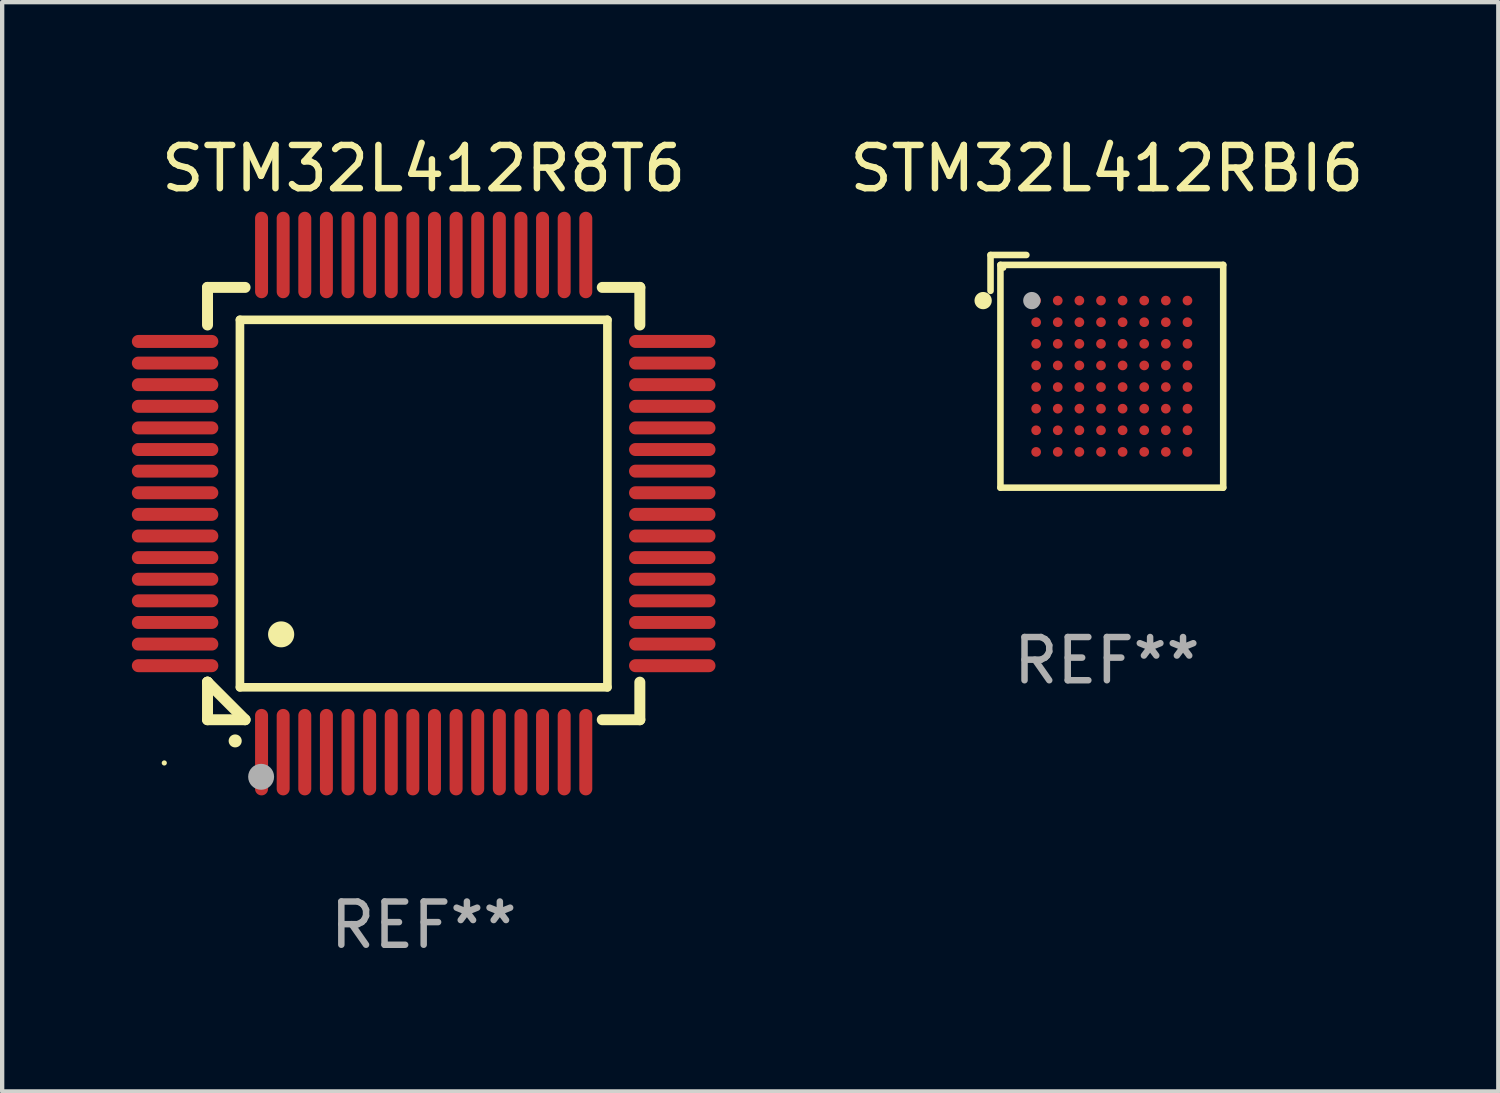
<source format=kicad_pcb>
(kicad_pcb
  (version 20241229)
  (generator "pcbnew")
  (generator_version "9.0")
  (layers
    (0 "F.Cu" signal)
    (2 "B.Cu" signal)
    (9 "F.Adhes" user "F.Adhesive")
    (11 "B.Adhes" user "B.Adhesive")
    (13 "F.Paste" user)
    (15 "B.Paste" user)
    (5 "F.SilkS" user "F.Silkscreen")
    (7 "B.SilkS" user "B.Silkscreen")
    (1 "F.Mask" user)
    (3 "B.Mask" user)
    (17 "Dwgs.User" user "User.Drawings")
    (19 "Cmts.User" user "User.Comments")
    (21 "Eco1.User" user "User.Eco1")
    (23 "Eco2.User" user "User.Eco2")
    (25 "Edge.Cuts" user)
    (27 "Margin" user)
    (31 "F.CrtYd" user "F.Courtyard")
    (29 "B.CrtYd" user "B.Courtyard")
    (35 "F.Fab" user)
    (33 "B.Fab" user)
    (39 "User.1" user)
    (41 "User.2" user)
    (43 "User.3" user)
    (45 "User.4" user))
  (footprint "STM32L412R8T6"
    (layer "F.Cu")
    (at 6.75 8.598)
    (property "Reference" "STM32L412R8T6" (at 0 -7.75 0) (layer "F.SilkS") (effects (font (size 1 1) (thickness 0.15))))
    (attr through_hole)
    (fp_line (start -5 -5) (end -4.131 -5) (stroke (width 0.254) (type solid)) (layer "F.SilkS"))
    (fp_line (start -5 -4.131) (end -5 -5) (stroke (width 0.254) (type solid)) (layer "F.SilkS"))
    (fp_line (start -5 4.131) (end -5 4.131) (stroke (width 0.254) (type solid)) (layer "F.SilkS"))
    (fp_line (start -5 5) (end -5 4.131) (stroke (width 0.254) (type solid)) (layer "F.SilkS"))
    (fp_line (start -5 4.131) (end -4.131 5) (stroke (width 0.254) (type solid)) (layer "F.SilkS"))
    (fp_line (start -4.25 -4.25) (end -4.25 4.25) (stroke (width 0.2) (type solid)) (layer "F.SilkS"))
    (fp_line (start -4.25 4.25) (end 4.25 4.25) (stroke (width 0.2) (type solid)) (layer "F.SilkS"))
    (fp_line (start -4.131 5) (end -5 5) (stroke (width 0.254) (type solid)) (layer "F.SilkS"))
    (fp_line (start 4.25 -4.25) (end -4.25 -4.25) (stroke (width 0.2) (type solid)) (layer "F.SilkS"))
    (fp_line (start 4.25 4.25) (end 4.25 -4.25) (stroke (width 0.2) (type solid)) (layer "F.SilkS"))
    (fp_line (start 5 -5) (end 4.131 -5) (stroke (width 0.254) (type solid)) (layer "F.SilkS"))
    (fp_line (start 5 -5) (end 5 -4.131) (stroke (width 0.254) (type solid)) (layer "F.SilkS"))
    (fp_line (start 5 4.131) (end 5 5) (stroke (width 0.254) (type solid)) (layer "F.SilkS"))
    (fp_line (start 5 5) (end 4.131 5) (stroke (width 0.254) (type solid)) (layer "F.SilkS"))
    (fp_arc (start -4.361265 5.489992) (mid -4.359995 5.489987) (end -4.358725 5.489992) (stroke (width 0.3) (type solid)) (layer "F.SilkS"))
    (fp_arc (start -3.299467 3.025146) (mid -3.296927 3.025135) (end -3.294387 3.025146) (stroke (width 0.6) (type solid)) (layer "F.SilkS"))
    (fp_circle (center -6 6) (end -5.97 6) (stroke (width 0.06) (type solid)) (fill no) (layer "F.SilkS"))
    (fp_circle (center -3.76 6.32) (end -3.61 6.32) (stroke (width 0.3) (type solid)) (fill no) (layer "F.Fab"))
    (fp_text user "REF**" (at 0 9.75 0) (layer "F.Fab") (effects (font (size 1 1) (thickness 0.15))))
    (pad "1" smd oval (at -3.75 5.75) (size 0.3 2) (layers "F.Cu" "F.Mask" "F.Paste"))
    (pad "2" smd oval (at -3.25 5.75) (size 0.3 2) (layers "F.Cu" "F.Mask" "F.Paste"))
    (pad "3" smd oval (at -2.75 5.75) (size 0.3 2) (layers "F.Cu" "F.Mask" "F.Paste"))
    (pad "4" smd oval (at -2.25 5.75) (size 0.3 2) (layers "F.Cu" "F.Mask" "F.Paste"))
    (pad "5" smd oval (at -1.75 5.75) (size 0.3 2) (layers "F.Cu" "F.Mask" "F.Paste"))
    (pad "6" smd oval (at -1.25 5.75) (size 0.3 2) (layers "F.Cu" "F.Mask" "F.Paste"))
    (pad "7" smd oval (at -0.75 5.75) (size 0.3 2) (layers "F.Cu" "F.Mask" "F.Paste"))
    (pad "8" smd oval (at -0.25 5.75) (size 0.3 2) (layers "F.Cu" "F.Mask" "F.Paste"))
    (pad "9" smd oval (at 0.25 5.75) (size 0.3 2) (layers "F.Cu" "F.Mask" "F.Paste"))
    (pad "10" smd oval (at 0.75 5.75) (size 0.3 2) (layers "F.Cu" "F.Mask" "F.Paste"))
    (pad "11" smd oval (at 1.25 5.75) (size 0.3 2) (layers "F.Cu" "F.Mask" "F.Paste"))
    (pad "12" smd oval (at 1.75 5.75) (size 0.3 2) (layers "F.Cu" "F.Mask" "F.Paste"))
    (pad "13" smd oval (at 2.25 5.75) (size 0.3 2) (layers "F.Cu" "F.Mask" "F.Paste"))
    (pad "14" smd oval (at 2.75 5.75) (size 0.3 2) (layers "F.Cu" "F.Mask" "F.Paste"))
    (pad "15" smd oval (at 3.25 5.75) (size 0.3 2) (layers "F.Cu" "F.Mask" "F.Paste"))
    (pad "16" smd oval (at 3.75 5.75) (size 0.3 2) (layers "F.Cu" "F.Mask" "F.Paste"))
    (pad "17" smd oval (at 5.75 3.75) (size 2 0.3) (layers "F.Cu" "F.Mask" "F.Paste"))
    (pad "18" smd oval (at 5.75 3.25) (size 2 0.3) (layers "F.Cu" "F.Mask" "F.Paste"))
    (pad "19" smd oval (at 5.75 2.75) (size 2 0.3) (layers "F.Cu" "F.Mask" "F.Paste"))
    (pad "20" smd oval (at 5.75 2.25) (size 2 0.3) (layers "F.Cu" "F.Mask" "F.Paste"))
    (pad "21" smd oval (at 5.75 1.75) (size 2 0.3) (layers "F.Cu" "F.Mask" "F.Paste"))
    (pad "22" smd oval (at 5.75 1.25) (size 2 0.3) (layers "F.Cu" "F.Mask" "F.Paste"))
    (pad "23" smd oval (at 5.75 0.75) (size 2 0.3) (layers "F.Cu" "F.Mask" "F.Paste"))
    (pad "24" smd oval (at 5.75 0.25) (size 2 0.3) (layers "F.Cu" "F.Mask" "F.Paste"))
    (pad "25" smd oval (at 5.75 -0.25) (size 2 0.3) (layers "F.Cu" "F.Mask" "F.Paste"))
    (pad "26" smd oval (at 5.75 -0.75) (size 2 0.3) (layers "F.Cu" "F.Mask" "F.Paste"))
    (pad "27" smd oval (at 5.75 -1.25) (size 2 0.3) (layers "F.Cu" "F.Mask" "F.Paste"))
    (pad "28" smd oval (at 5.75 -1.75) (size 2 0.3) (layers "F.Cu" "F.Mask" "F.Paste"))
    (pad "29" smd oval (at 5.75 -2.25) (size 2 0.3) (layers "F.Cu" "F.Mask" "F.Paste"))
    (pad "30" smd oval (at 5.75 -2.75) (size 2 0.3) (layers "F.Cu" "F.Mask" "F.Paste"))
    (pad "31" smd oval (at 5.75 -3.25) (size 2 0.3) (layers "F.Cu" "F.Mask" "F.Paste"))
    (pad "32" smd oval (at 5.75 -3.75) (size 2 0.3) (layers "F.Cu" "F.Mask" "F.Paste"))
    (pad "33" smd oval (at 3.75 -5.75) (size 0.3 2) (layers "F.Cu" "F.Mask" "F.Paste"))
    (pad "34" smd oval (at 3.25 -5.75) (size 0.3 2) (layers "F.Cu" "F.Mask" "F.Paste"))
    (pad "35" smd oval (at 2.75 -5.75) (size 0.3 2) (layers "F.Cu" "F.Mask" "F.Paste"))
    (pad "36" smd oval (at 2.25 -5.75) (size 0.3 2) (layers "F.Cu" "F.Mask" "F.Paste"))
    (pad "37" smd oval (at 1.75 -5.75) (size 0.3 2) (layers "F.Cu" "F.Mask" "F.Paste"))
    (pad "38" smd oval (at 1.25 -5.75) (size 0.3 2) (layers "F.Cu" "F.Mask" "F.Paste"))
    (pad "39" smd oval (at 0.75 -5.75) (size 0.3 2) (layers "F.Cu" "F.Mask" "F.Paste"))
    (pad "40" smd oval (at 0.25 -5.75) (size 0.3 2) (layers "F.Cu" "F.Mask" "F.Paste"))
    (pad "41" smd oval (at -0.25 -5.75) (size 0.3 2) (layers "F.Cu" "F.Mask" "F.Paste"))
    (pad "42" smd oval (at -0.75 -5.75) (size 0.3 2) (layers "F.Cu" "F.Mask" "F.Paste"))
    (pad "43" smd oval (at -1.25 -5.75) (size 0.3 2) (layers "F.Cu" "F.Mask" "F.Paste"))
    (pad "44" smd oval (at -1.75 -5.75) (size 0.3 2) (layers "F.Cu" "F.Mask" "F.Paste"))
    (pad "45" smd oval (at -2.25 -5.75) (size 0.3 2) (layers "F.Cu" "F.Mask" "F.Paste"))
    (pad "46" smd oval (at -2.75 -5.75) (size 0.3 2) (layers "F.Cu" "F.Mask" "F.Paste"))
    (pad "47" smd oval (at -3.25 -5.75) (size 0.3 2) (layers "F.Cu" "F.Mask" "F.Paste"))
    (pad "48" smd oval (at -3.75 -5.75) (size 0.3 2) (layers "F.Cu" "F.Mask" "F.Paste"))
    (pad "49" smd oval (at -5.75 -3.75) (size 2 0.3) (layers "F.Cu" "F.Mask" "F.Paste"))
    (pad "50" smd oval (at -5.75 -3.25) (size 2 0.3) (layers "F.Cu" "F.Mask" "F.Paste"))
    (pad "51" smd oval (at -5.75 -2.75) (size 2 0.3) (layers "F.Cu" "F.Mask" "F.Paste"))
    (pad "52" smd oval (at -5.75 -2.25) (size 2 0.3) (layers "F.Cu" "F.Mask" "F.Paste"))
    (pad "53" smd oval (at -5.75 -1.75) (size 2 0.3) (layers "F.Cu" "F.Mask" "F.Paste"))
    (pad "54" smd oval (at -5.75 -1.25) (size 2 0.3) (layers "F.Cu" "F.Mask" "F.Paste"))
    (pad "55" smd oval (at -5.75 -0.75) (size 2 0.3) (layers "F.Cu" "F.Mask" "F.Paste"))
    (pad "56" smd oval (at -5.75 -0.25) (size 2 0.3) (layers "F.Cu" "F.Mask" "F.Paste"))
    (pad "57" smd oval (at -5.75 0.25) (size 2 0.3) (layers "F.Cu" "F.Mask" "F.Paste"))
    (pad "58" smd oval (at -5.75 0.75) (size 2 0.3) (layers "F.Cu" "F.Mask" "F.Paste"))
    (pad "59" smd oval (at -5.75 1.25) (size 2 0.3) (layers "F.Cu" "F.Mask" "F.Paste"))
    (pad "60" smd oval (at -5.75 1.75) (size 2 0.3) (layers "F.Cu" "F.Mask" "F.Paste"))
    (pad "61" smd oval (at -5.75 2.25) (size 2 0.3) (layers "F.Cu" "F.Mask" "F.Paste"))
    (pad "62" smd oval (at -5.75 2.75) (size 2 0.3) (layers "F.Cu" "F.Mask" "F.Paste"))
    (pad "63" smd oval (at -5.75 3.25) (size 2 0.3) (layers "F.Cu" "F.Mask" "F.Paste"))
    (pad "64" smd oval (at -5.75 3.75) (size 2 0.3) (layers "F.Cu" "F.Mask" "F.Paste")))
  (footprint "STM32L412RBI6"
    (layer "F.Cu")
    (at 22.553 5.539)
    (property "Reference" "STM32L412RBI6" (at 0 -4.691 0) (layer "F.SilkS") (effects (font (size 1 1) (thickness 0.15))))
    (attr through_hole)
    (fp_line (start -2.691 -2.691) (end -2.691 -1.862) (stroke (width 0.152) (type solid)) (layer "F.SilkS"))
    (fp_line (start -2.462 -2.462) (end 2.691 -2.462) (stroke (width 0.152) (type solid)) (layer "F.SilkS"))
    (fp_line (start -2.462 2.691) (end -2.462 -2.462) (stroke (width 0.152) (type solid)) (layer "F.SilkS"))
    (fp_line (start -1.862 -2.691) (end -2.691 -2.691) (stroke (width 0.152) (type solid)) (layer "F.SilkS"))
    (fp_line (start 2.691 -2.462) (end 2.691 2.691) (stroke (width 0.152) (type solid)) (layer "F.SilkS"))
    (fp_line (start 2.691 2.691) (end -2.462 2.691) (stroke (width 0.152) (type solid)) (layer "F.SilkS"))
    (fp_circle (center -2.862 -1.636) (end -2.762 -1.636) (stroke (width 0.2) (type solid)) (fill no) (layer "F.SilkS"))
    (fp_circle (center -2.386 -2.386) (end -2.356 -2.386) (stroke (width 0.06) (type solid)) (fill no) (layer "F.SilkS"))
    (fp_circle (center -1.736 -1.636) (end -1.636 -1.636) (stroke (width 0.2) (type solid)) (fill no) (layer "F.Fab"))
    (fp_text user "REF**" (at 0 6.691 0) (layer "F.Fab") (effects (font (size 1 1) (thickness 0.15))))
    (pad "A1" smd circle (at -1.636 -1.636) (size 0.224 0.224) (layers "F.Cu" "F.Mask" "F.Paste"))
    (pad "A2" smd circle (at -1.136 -1.636) (size 0.224 0.224) (layers "F.Cu" "F.Mask" "F.Paste"))
    (pad "A3" smd circle (at -0.636 -1.636) (size 0.224 0.224) (layers "F.Cu" "F.Mask" "F.Paste"))
    (pad "A4" smd circle (at -0.136 -1.636) (size 0.224 0.224) (layers "F.Cu" "F.Mask" "F.Paste"))
    (pad "A5" smd circle (at 0.364 -1.636) (size 0.224 0.224) (layers "F.Cu" "F.Mask" "F.Paste"))
    (pad "A6" smd circle (at 0.864 -1.636) (size 0.224 0.224) (layers "F.Cu" "F.Mask" "F.Paste"))
    (pad "A7" smd circle (at 1.364 -1.636) (size 0.224 0.224) (layers "F.Cu" "F.Mask" "F.Paste"))
    (pad "A8" smd circle (at 1.864 -1.636) (size 0.224 0.224) (layers "F.Cu" "F.Mask" "F.Paste"))
    (pad "B1" smd circle (at -1.636 -1.136) (size 0.224 0.224) (layers "F.Cu" "F.Mask" "F.Paste"))
    (pad "B2" smd circle (at -1.136 -1.136) (size 0.224 0.224) (layers "F.Cu" "F.Mask" "F.Paste"))
    (pad "B3" smd circle (at -0.636 -1.136) (size 0.224 0.224) (layers "F.Cu" "F.Mask" "F.Paste"))
    (pad "B4" smd circle (at -0.136 -1.136) (size 0.224 0.224) (layers "F.Cu" "F.Mask" "F.Paste"))
    (pad "B5" smd circle (at 0.364 -1.136) (size 0.224 0.224) (layers "F.Cu" "F.Mask" "F.Paste"))
    (pad "B6" smd circle (at 0.864 -1.136) (size 0.224 0.224) (layers "F.Cu" "F.Mask" "F.Paste"))
    (pad "B7" smd circle (at 1.364 -1.136) (size 0.224 0.224) (layers "F.Cu" "F.Mask" "F.Paste"))
    (pad "B8" smd circle (at 1.864 -1.136) (size 0.224 0.224) (layers "F.Cu" "F.Mask" "F.Paste"))
    (pad "C1" smd circle (at -1.636 -0.636) (size 0.224 0.224) (layers "F.Cu" "F.Mask" "F.Paste"))
    (pad "C2" smd circle (at -1.136 -0.636) (size 0.224 0.224) (layers "F.Cu" "F.Mask" "F.Paste"))
    (pad "C3" smd circle (at -0.636 -0.636) (size 0.224 0.224) (layers "F.Cu" "F.Mask" "F.Paste"))
    (pad "C4" smd circle (at -0.136 -0.636) (size 0.224 0.224) (layers "F.Cu" "F.Mask" "F.Paste"))
    (pad "C5" smd circle (at 0.364 -0.636) (size 0.224 0.224) (layers "F.Cu" "F.Mask" "F.Paste"))
    (pad "C6" smd circle (at 0.864 -0.636) (size 0.224 0.224) (layers "F.Cu" "F.Mask" "F.Paste"))
    (pad "C7" smd circle (at 1.364 -0.636) (size 0.224 0.224) (layers "F.Cu" "F.Mask" "F.Paste"))
    (pad "C8" smd circle (at 1.864 -0.636) (size 0.224 0.224) (layers "F.Cu" "F.Mask" "F.Paste"))
    (pad "D1" smd circle (at -1.636 -0.136) (size 0.224 0.224) (layers "F.Cu" "F.Mask" "F.Paste"))
    (pad "D2" smd circle (at -1.136 -0.136) (size 0.224 0.224) (layers "F.Cu" "F.Mask" "F.Paste"))
    (pad "D3" smd circle (at -0.636 -0.136) (size 0.224 0.224) (layers "F.Cu" "F.Mask" "F.Paste"))
    (pad "D4" smd circle (at -0.136 -0.136) (size 0.224 0.224) (layers "F.Cu" "F.Mask" "F.Paste"))
    (pad "D5" smd circle (at 0.364 -0.136) (size 0.224 0.224) (layers "F.Cu" "F.Mask" "F.Paste"))
    (pad "D6" smd circle (at 0.864 -0.136) (size 0.224 0.224) (layers "F.Cu" "F.Mask" "F.Paste"))
    (pad "D7" smd circle (at 1.364 -0.136) (size 0.224 0.224) (layers "F.Cu" "F.Mask" "F.Paste"))
    (pad "D8" smd circle (at 1.864 -0.136) (size 0.224 0.224) (layers "F.Cu" "F.Mask" "F.Paste"))
    (pad "E1" smd circle (at -1.636 0.364) (size 0.224 0.224) (layers "F.Cu" "F.Mask" "F.Paste"))
    (pad "E2" smd circle (at -1.136 0.364) (size 0.224 0.224) (layers "F.Cu" "F.Mask" "F.Paste"))
    (pad "E3" smd circle (at -0.636 0.364) (size 0.224 0.224) (layers "F.Cu" "F.Mask" "F.Paste"))
    (pad "E4" smd circle (at -0.136 0.364) (size 0.224 0.224) (layers "F.Cu" "F.Mask" "F.Paste"))
    (pad "E5" smd circle (at 0.364 0.364) (size 0.224 0.224) (layers "F.Cu" "F.Mask" "F.Paste"))
    (pad "E6" smd circle (at 0.864 0.364) (size 0.224 0.224) (layers "F.Cu" "F.Mask" "F.Paste"))
    (pad "E7" smd circle (at 1.364 0.364) (size 0.224 0.224) (layers "F.Cu" "F.Mask" "F.Paste"))
    (pad "E8" smd circle (at 1.864 0.364) (size 0.224 0.224) (layers "F.Cu" "F.Mask" "F.Paste"))
    (pad "F1" smd circle (at -1.636 0.864) (size 0.224 0.224) (layers "F.Cu" "F.Mask" "F.Paste"))
    (pad "F2" smd circle (at -1.136 0.864) (size 0.224 0.224) (layers "F.Cu" "F.Mask" "F.Paste"))
    (pad "F3" smd circle (at -0.636 0.864) (size 0.224 0.224) (layers "F.Cu" "F.Mask" "F.Paste"))
    (pad "F4" smd circle (at -0.136 0.864) (size 0.224 0.224) (layers "F.Cu" "F.Mask" "F.Paste"))
    (pad "F5" smd circle (at 0.364 0.864) (size 0.224 0.224) (layers "F.Cu" "F.Mask" "F.Paste"))
    (pad "F6" smd circle (at 0.864 0.864) (size 0.224 0.224) (layers "F.Cu" "F.Mask" "F.Paste"))
    (pad "F7" smd circle (at 1.364 0.864) (size 0.224 0.224) (layers "F.Cu" "F.Mask" "F.Paste"))
    (pad "F8" smd circle (at 1.864 0.864) (size 0.224 0.224) (layers "F.Cu" "F.Mask" "F.Paste"))
    (pad "G1" smd circle (at -1.636 1.364) (size 0.224 0.224) (layers "F.Cu" "F.Mask" "F.Paste"))
    (pad "G2" smd circle (at -1.136 1.364) (size 0.224 0.224) (layers "F.Cu" "F.Mask" "F.Paste"))
    (pad "G3" smd circle (at -0.636 1.364) (size 0.224 0.224) (layers "F.Cu" "F.Mask" "F.Paste"))
    (pad "G4" smd circle (at -0.136 1.364) (size 0.224 0.224) (layers "F.Cu" "F.Mask" "F.Paste"))
    (pad "G5" smd circle (at 0.364 1.364) (size 0.224 0.224) (layers "F.Cu" "F.Mask" "F.Paste"))
    (pad "G6" smd circle (at 0.864 1.364) (size 0.224 0.224) (layers "F.Cu" "F.Mask" "F.Paste"))
    (pad "G7" smd circle (at 1.364 1.364) (size 0.224 0.224) (layers "F.Cu" "F.Mask" "F.Paste"))
    (pad "G8" smd circle (at 1.864 1.364) (size 0.224 0.224) (layers "F.Cu" "F.Mask" "F.Paste"))
    (pad "H1" smd circle (at -1.636 1.864) (size 0.224 0.224) (layers "F.Cu" "F.Mask" "F.Paste"))
    (pad "H2" smd circle (at -1.136 1.864) (size 0.224 0.224) (layers "F.Cu" "F.Mask" "F.Paste"))
    (pad "H3" smd circle (at -0.636 1.864) (size 0.224 0.224) (layers "F.Cu" "F.Mask" "F.Paste"))
    (pad "H4" smd circle (at -0.136 1.864) (size 0.224 0.224) (layers "F.Cu" "F.Mask" "F.Paste"))
    (pad "H5" smd circle (at 0.364 1.864) (size 0.224 0.224) (layers "F.Cu" "F.Mask" "F.Paste"))
    (pad "H6" smd circle (at 0.864 1.864) (size 0.224 0.224) (layers "F.Cu" "F.Mask" "F.Paste"))
    (pad "H7" smd circle (at 1.364 1.864) (size 0.224 0.224) (layers "F.Cu" "F.Mask" "F.Paste"))
    (pad "H8" smd circle (at 1.864 1.864) (size 0.224 0.224) (layers "F.Cu" "F.Mask" "F.Paste")))
  (gr_rect
    (start -3 -3)
    (end 31.607 22.196)
    (stroke (width 0.1) (type default))
    (fill no)
    (layer "Edge.Cuts")))
</source>
